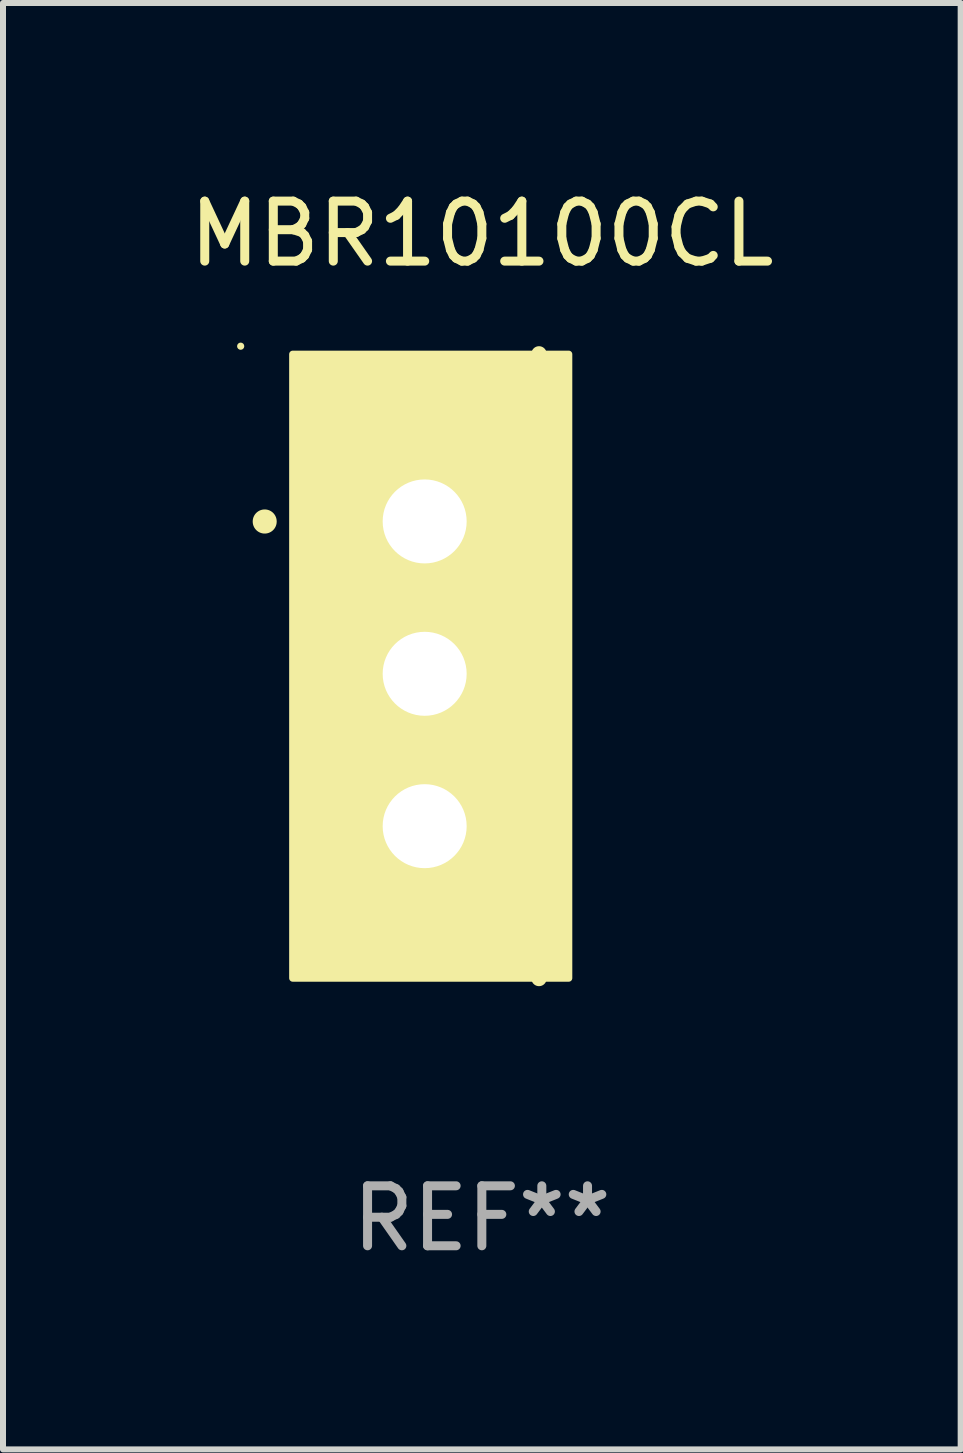
<source format=kicad_pcb>
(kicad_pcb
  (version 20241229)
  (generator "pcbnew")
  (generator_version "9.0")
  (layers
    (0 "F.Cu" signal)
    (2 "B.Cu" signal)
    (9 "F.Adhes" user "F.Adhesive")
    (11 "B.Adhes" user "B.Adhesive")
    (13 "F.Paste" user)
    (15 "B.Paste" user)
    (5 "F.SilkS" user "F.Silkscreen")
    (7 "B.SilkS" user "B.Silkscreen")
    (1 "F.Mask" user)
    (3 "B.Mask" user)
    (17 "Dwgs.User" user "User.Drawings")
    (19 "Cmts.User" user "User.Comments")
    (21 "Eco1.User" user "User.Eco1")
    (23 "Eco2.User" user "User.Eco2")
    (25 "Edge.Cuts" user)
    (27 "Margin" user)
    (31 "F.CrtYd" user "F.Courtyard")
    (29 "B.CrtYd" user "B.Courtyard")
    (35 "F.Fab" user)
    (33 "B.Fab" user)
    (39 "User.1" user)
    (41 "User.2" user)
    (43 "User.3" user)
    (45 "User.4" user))
  (footprint "MBR10100CL"
    (layer "F.Cu")
    (at 4.982 8.055)
    (property "Reference" "MBR10100CL" (at 0 -7.207 0) (layer "F.SilkS") (effects (font (size 1 1) (thickness 0.15))))
    (attr through_hole)
    (fp_line (start 0.953 5.207) (end 0.953 -5.207) (stroke (width 0.254) (type solid)) (layer "F.SilkS"))
    (fp_arc (start -3.619507 -2.410465) (mid -3.619511 -2.411735) (end -3.619507 -2.413005) (stroke (width 0.4) (type solid)) (layer "F.SilkS"))
    (fp_circle (center -4.02 -5.334) (end -3.99 -5.334) (stroke (width 0.06) (type solid)) (fill no) (layer "F.SilkS"))
    (fp_poly (pts (xy -3.152 -5.2) (xy 1.448 -5.2) (xy 1.448 5.2) (xy -3.152 5.2)) (stroke (width 0.12) (type solid)) (fill yes) (layer "F.SilkS"))
    (fp_text user "REF**" (at 0 9.207 0) (layer "F.Fab") (effects (font (size 1 1) (thickness 0.15))))
    (pad "1" thru_hole rect (at -0.953 -2.413 270) (size 2 2.5) (drill 1.4) (layers "*.Cu" "*.Mask"))
    (pad "2" thru_hole oval (at -0.953 0.127 270) (size 2 2.5) (drill 1.4) (layers "*.Cu" "*.Mask"))
    (pad "3" thru_hole oval (at -0.953 2.667 270) (size 2 2.5) (drill 1.4) (layers "*.Cu" "*.Mask")))
  (gr_rect
    (start -3 -3)
    (end 12.964 21.111)
    (stroke (width 0.1) (type default))
    (fill no)
    (layer "Edge.Cuts")))
</source>
